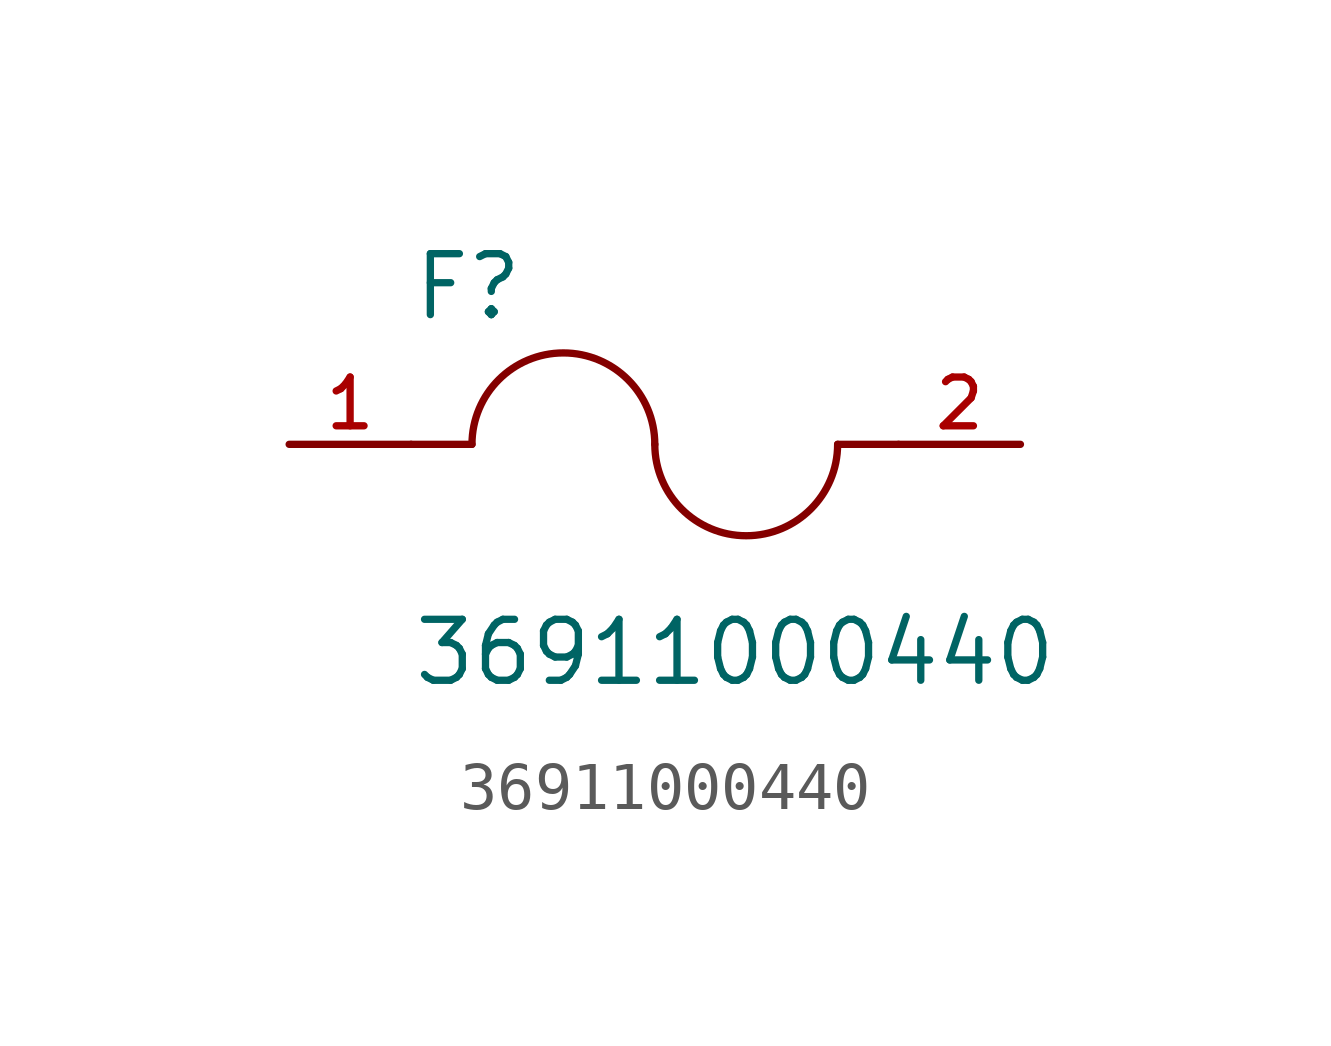
<source format=kicad_sym>
(kicad_symbol_lib
  (version 20211014)
  (generator kicad_symbol_editor)
  (symbol "36911000440"
    (pin_names
      (offset 1.016))
    (property "Reference" "F"
      (at -5.08 2.54 0)
      (effects (font (size 1.27 1.27)) (justify bottom left)))
    (property "Value" "36911000440"
      (at -5.08 -5.08 0)
      (effects (font (size 1.27 1.27)) (justify bottom left)))
    (symbol "36911000440_0_0"
      (arc (start 0.0 0.0) (mid -1.905 1.905) (end -3.81 0.0) (stroke (width 0.1524) (type default) (color 0 0 0 0)) (fill (type none)))
      (arc (start 3.81 0.0) (mid 1.905 -1.905) (end 0.0 0.0) (stroke (width 0.1524) (type default) (color 0 0 0 0)) (fill (type none)))
      (polyline (pts (xy 5.08 0.0) (xy 3.81 0.0)) (stroke (width 0.152)))
      (polyline (pts (xy -5.08 0.0) (xy -3.81 0.0)) (stroke (width 0.152)))
      (pin passive line (at 7.62 0.0 180.0) (length 2.54) (name "~" (effects (font (size 1.016 1.016)))) (number "2" (effects (font (size 1.016 1.016)))))
      (pin passive line (at -7.62 0.0 0) (length 2.54) (name "~" (effects (font (size 1.016 1.016)))) (number "1" (effects (font (size 1.016 1.016))))))))
</source>
